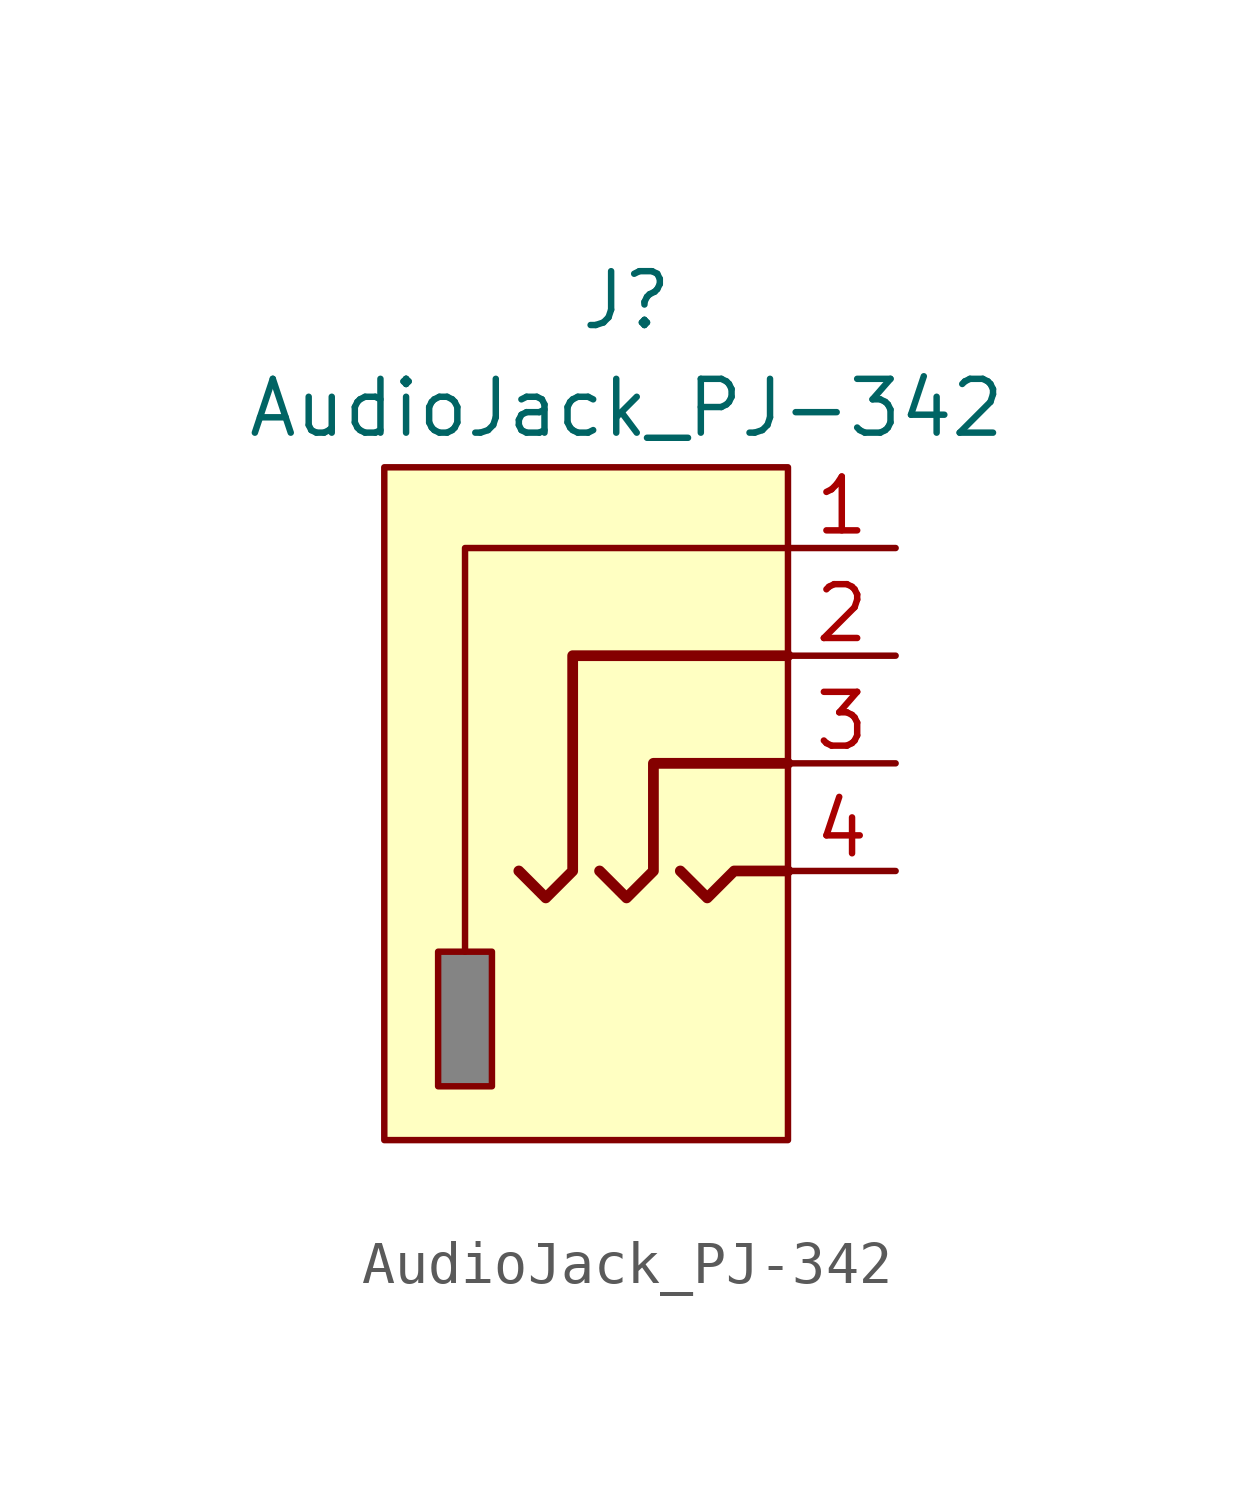
<source format=kicad_sym>
(kicad_symbol_lib
  (version 20241209)
  (generator "kicad_symbol_editor")
  (generator_version "9.0")
  (symbol "AudioJack_PJ-342"
    (property "Reference" "J"
      (at 0 12.192 0)
      (effects (font (size 1.27 1.27))))
    (property "Value" "AudioJack_PJ-342"
      (at 0 9.652 0)
      (effects (font (size 1.27 1.27))))
    (symbol "AudioJack_PJ-342_0_1"
      (polyline (pts (xy -0.635 -1.27) (xy 0 -1.905) (xy 0.635 -1.27) (xy 0.635 1.27) (xy 3.81 1.27)) (stroke (width 0.254) (type default)) (fill (type none)))
      (polyline (pts (xy 1.27 -1.27) (xy 1.905 -1.905) (xy 2.54 -1.27) (xy 3.81 -1.27)) (stroke (width 0.254) (type default)) (fill (type none)))
      (polyline (pts (xy 3.81 3.81) (xy -1.27 3.81) (xy -1.27 -1.27) (xy -1.905 -1.905) (xy -2.54 -1.27)) (stroke (width 0.254) (type default)) (fill (type none))))
    (symbol "AudioJack_PJ-342_1_1"
      (rectangle (start -5.715 8.255) (end 3.81 -7.62) (stroke (width 0) (type solid)) (fill (type background)))
      (rectangle (start -4.445 -3.175) (end -3.175 -6.35) (stroke (width 0) (type solid)) (fill (type color) (color 132 132 132 1)))
      (polyline (pts (xy 3.81 6.35) (xy -3.81 6.35) (xy -3.81 -1.905) (xy -3.81 -3.175)) (stroke (width 0) (type default)) (fill (type none)))
      (pin passive line (at 6.35 6.35 180) (length 2.54) (name "~" (effects (font (size 1.27 1.27)))) (number "1" (effects (font (size 1.27 1.27)))))
      (pin passive line (at 6.35 3.81 180) (length 2.54) (name "~" (effects (font (size 1.27 1.27)))) (number "2" (effects (font (size 1.27 1.27)))))
      (pin passive line (at 6.35 1.27 180) (length 2.54) (name "~" (effects (font (size 1.27 1.27)))) (number "3" (effects (font (size 1.27 1.27)))))
      (pin passive line (at 6.35 1.27 180) (length 2.54) (hide yes) (name "~" (effects (font (size 1.27 1.27)))) (number "5" (effects (font (size 1.27 1.27)))))
      (pin passive line (at 6.35 -1.27 180) (length 2.54) (name "~" (effects (font (size 1.27 1.27)))) (number "4" (effects (font (size 1.27 1.27)))))
      (pin passive line (at 6.35 -1.27 180) (length 2.54) (hide yes) (name "~" (effects (font (size 1.27 1.27)))) (number "6" (effects (font (size 1.27 1.27))))))))
</source>
